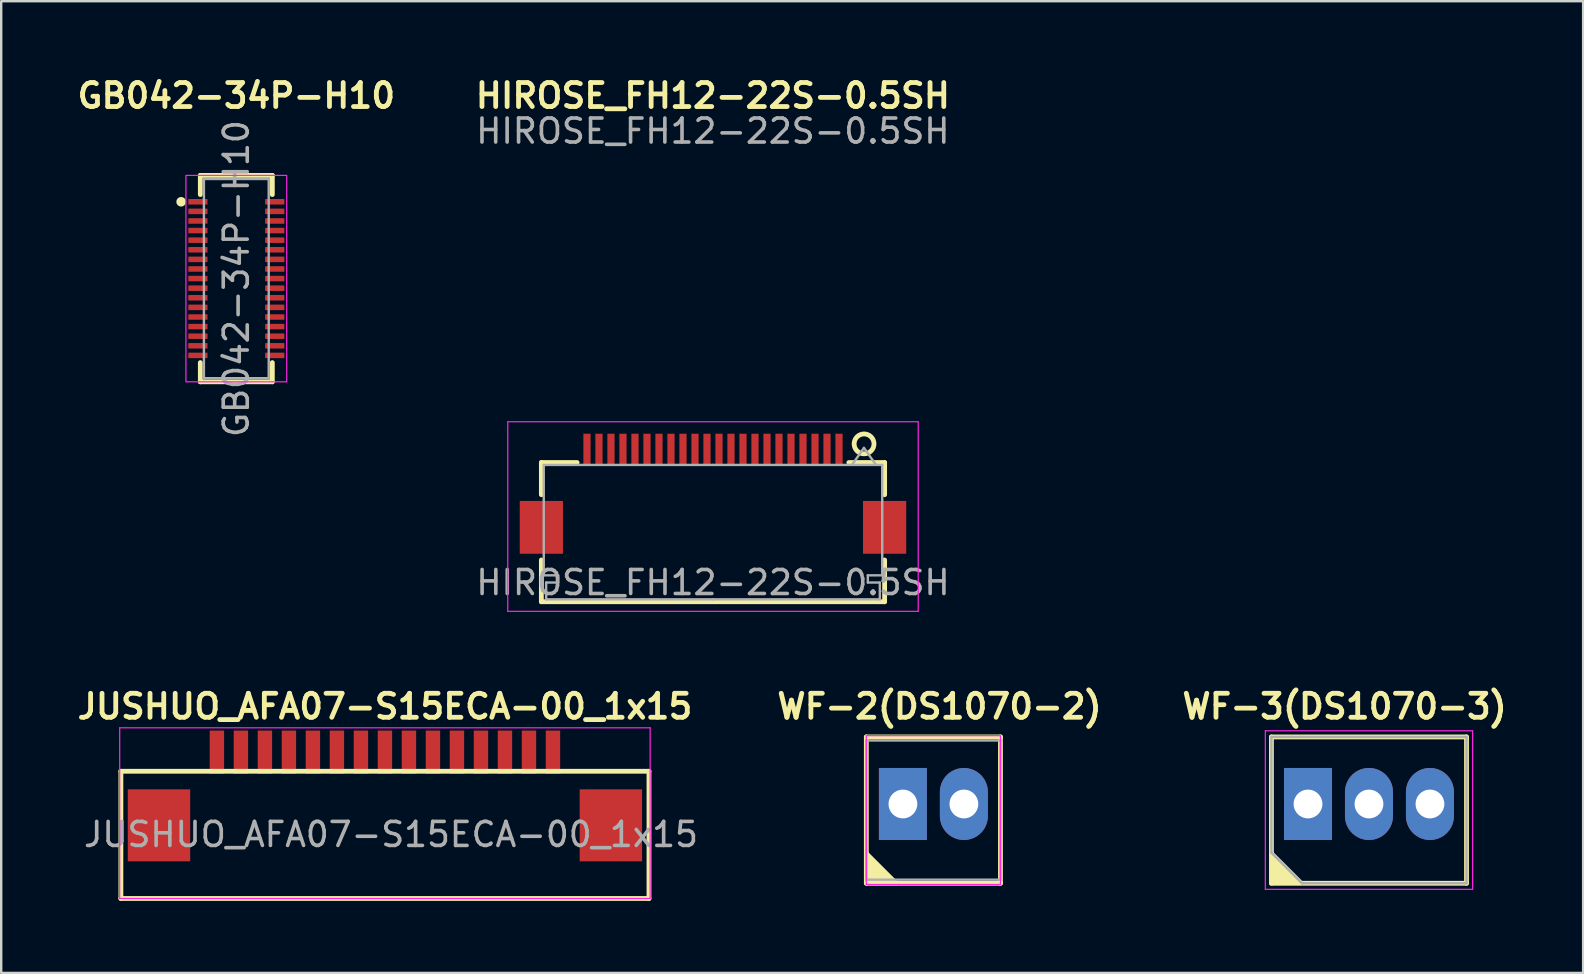
<source format=kicad_pcb>
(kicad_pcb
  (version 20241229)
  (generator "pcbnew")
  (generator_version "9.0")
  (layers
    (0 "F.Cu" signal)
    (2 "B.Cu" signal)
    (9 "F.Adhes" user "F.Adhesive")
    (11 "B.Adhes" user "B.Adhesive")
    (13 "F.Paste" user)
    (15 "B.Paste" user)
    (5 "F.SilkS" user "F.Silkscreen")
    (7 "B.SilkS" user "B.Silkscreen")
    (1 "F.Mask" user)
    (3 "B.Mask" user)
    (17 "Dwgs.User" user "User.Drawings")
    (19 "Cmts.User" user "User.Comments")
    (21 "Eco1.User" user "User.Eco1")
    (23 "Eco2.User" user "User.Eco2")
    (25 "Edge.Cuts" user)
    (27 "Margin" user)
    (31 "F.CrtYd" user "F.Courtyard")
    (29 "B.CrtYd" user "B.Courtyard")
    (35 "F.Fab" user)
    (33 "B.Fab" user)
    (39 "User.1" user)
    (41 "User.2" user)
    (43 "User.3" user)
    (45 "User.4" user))
  (footprint "WF-2(DS1070-2)"
    (layer "F.Cu")
    (at 34.565 30.444)
    (property "Reference" "WF-2(DS1070-2)" (at 1.524 -4.064 0) (layer "F.SilkS") (effects (font (size 1 1) (thickness 0.2))))
    (attr through_hole)
    (fp_line (start -1.524 -2.794) (end 4.064 -2.794) (stroke (width 0.2) (type solid)) (layer "F.SilkS"))
    (fp_line (start -1.524 3.302) (end -1.524 -2.794) (stroke (width 0.2) (type solid)) (layer "F.SilkS"))
    (fp_line (start 4.064 -2.794) (end 4.064 3.302) (stroke (width 0.2) (type solid)) (layer "F.SilkS"))
    (fp_line (start 4.064 3.302) (end -1.524 3.302) (stroke (width 0.2) (type solid)) (layer "F.SilkS"))
    (fp_poly (pts (xy -1.524 2.032) (xy -0.254 3.302) (xy -1.524 3.302)) (stroke (width 0.15) (type solid)) (fill yes) (layer "F.SilkS"))
    (fp_line (start -1.524 -2.846) (end 4.064 -2.846) (stroke (width 0.05) (type solid)) (layer "F.CrtYd"))
    (fp_line (start -1.524 3.354) (end -1.524 -2.846) (stroke (width 0.05) (type solid)) (layer "F.CrtYd"))
    (fp_line (start 4.064 -2.846) (end 4.064 3.354) (stroke (width 0.05) (type solid)) (layer "F.CrtYd"))
    (fp_line (start 4.064 3.354) (end -1.524 3.354) (stroke (width 0.05) (type solid)) (layer "F.CrtYd"))
    (fp_line (start -1.524 -2.646) (end 4.064 -2.646) (stroke (width 0.1) (type solid)) (layer "F.Fab"))
    (fp_line (start -1.524 3.154) (end -1.524 -2.646) (stroke (width 0.1) (type solid)) (layer "F.Fab"))
    (fp_line (start 4.064 -2.646) (end 4.064 3.154) (stroke (width 0.1) (type solid)) (layer "F.Fab"))
    (fp_line (start 4.064 3.154) (end -1.524 3.154) (stroke (width 0.1) (type solid)) (layer "F.Fab"))
    (pad "1" thru_hole rect (at 0 0) (size 2 3) (drill 1.2) (layers "*.Cu" "*.Mask"))
    (pad "2" thru_hole oval (at 2.54 0) (size 2 3) (drill 1.2) (layers "*.Cu" "*.Mask")))
  (footprint "GB042-34P-H10"
    (layer "F.Cu")
    (at 6.795 8.556)
    (property "Reference" "GB042-34P-H10" (at 0 -7.62 0) (unlocked yes) (layer "F.SilkS") (effects (font (size 1 1) (thickness 0.2))))
    (attr smd)
    (fp_line (start -1.5 -4.3) (end 1.5 -4.3) (stroke (width 0.2) (type solid)) (layer "F.SilkS"))
    (fp_line (start -1.5 -3.5) (end -1.5 -4.3) (stroke (width 0.2) (type solid)) (layer "F.SilkS"))
    (fp_line (start -1.5 3.5) (end -1.5 4.3) (stroke (width 0.2) (type solid)) (layer "F.SilkS"))
    (fp_line (start -1.5 4.3) (end 1.5 4.3) (stroke (width 0.2) (type solid)) (layer "F.SilkS"))
    (fp_line (start 1.5 -4.3) (end 1.5 -3.5) (stroke (width 0.2) (type solid)) (layer "F.SilkS"))
    (fp_line (start 1.5 4.3) (end 1.5 3.5) (stroke (width 0.2) (type solid)) (layer "F.SilkS"))
    (fp_circle (center -2.3 -3.2) (end -2.2 -3.2) (stroke (width 0.2) (type solid)) (fill no) (layer "F.SilkS"))
    (fp_rect (start -2.1 -4.3) (end 2.1 4.3) (stroke (width 0.05) (type solid)) (fill no) (layer "F.CrtYd"))
    (fp_line (start -1.35 -4.15) (end 1.35 -4.15) (stroke (width 0.1) (type solid)) (layer "F.Fab"))
    (fp_line (start -1.35 4.15) (end -1.35 -4.15) (stroke (width 0.1) (type solid)) (layer "F.Fab"))
    (fp_line (start 1.35 -4.15) (end 1.35 4.15) (stroke (width 0.1) (type solid)) (layer "F.Fab"))
    (fp_line (start 1.35 4.15) (end -1.35 4.15) (stroke (width 0.1) (type solid)) (layer "F.Fab"))
    (fp_text user "${REFERENCE}" (at 0 0 90) (unlocked yes) (layer "F.Fab") (effects (font (size 1 1) (thickness 0.15))))
    (pad "1" smd roundrect (at -1.6 -3.2) (size 0.8 0.23) (layers "F.Cu" "F.Mask" "F.Paste") (roundrect_rratio 0.1))
    (pad "2" smd roundrect (at -1.6 -2.8) (size 0.8 0.23) (layers "F.Cu" "F.Mask" "F.Paste") (roundrect_rratio 0.1))
    (pad "3" smd roundrect (at -1.6 -2.4) (size 0.8 0.23) (layers "F.Cu" "F.Mask" "F.Paste") (roundrect_rratio 0.1))
    (pad "4" smd roundrect (at -1.6 -2) (size 0.8 0.23) (layers "F.Cu" "F.Mask" "F.Paste") (roundrect_rratio 0.1))
    (pad "5" smd roundrect (at -1.6 -1.6) (size 0.8 0.23) (layers "F.Cu" "F.Mask" "F.Paste") (roundrect_rratio 0.1))
    (pad "6" smd roundrect (at -1.6 -1.2) (size 0.8 0.23) (layers "F.Cu" "F.Mask" "F.Paste") (roundrect_rratio 0.1))
    (pad "7" smd roundrect (at -1.6 -0.8) (size 0.8 0.23) (layers "F.Cu" "F.Mask" "F.Paste") (roundrect_rratio 0.1))
    (pad "8" smd roundrect (at -1.6 -0.4) (size 0.8 0.23) (layers "F.Cu" "F.Mask" "F.Paste") (roundrect_rratio 0.1))
    (pad "9" smd roundrect (at -1.6 0) (size 0.8 0.23) (layers "F.Cu" "F.Mask" "F.Paste") (roundrect_rratio 0.1))
    (pad "10" smd roundrect (at -1.6 0.4) (size 0.8 0.23) (layers "F.Cu" "F.Mask" "F.Paste") (roundrect_rratio 0.1))
    (pad "11" smd roundrect (at -1.6 0.8) (size 0.8 0.23) (layers "F.Cu" "F.Mask" "F.Paste") (roundrect_rratio 0.1))
    (pad "12" smd roundrect (at -1.6 1.2) (size 0.8 0.23) (layers "F.Cu" "F.Mask" "F.Paste") (roundrect_rratio 0.1))
    (pad "13" smd roundrect (at -1.6 1.6) (size 0.8 0.23) (layers "F.Cu" "F.Mask" "F.Paste") (roundrect_rratio 0.1))
    (pad "14" smd roundrect (at -1.6 2) (size 0.8 0.23) (layers "F.Cu" "F.Mask" "F.Paste") (roundrect_rratio 0.1))
    (pad "15" smd roundrect (at -1.6 2.4) (size 0.8 0.23) (layers "F.Cu" "F.Mask" "F.Paste") (roundrect_rratio 0.1))
    (pad "16" smd roundrect (at -1.6 2.8) (size 0.8 0.23) (layers "F.Cu" "F.Mask" "F.Paste") (roundrect_rratio 0.1))
    (pad "17" smd roundrect (at -1.6 3.2) (size 0.8 0.23) (layers "F.Cu" "F.Mask" "F.Paste") (roundrect_rratio 0.1))
    (pad "18" smd roundrect (at 1.6 3.2) (size 0.8 0.23) (layers "F.Cu" "F.Mask" "F.Paste") (roundrect_rratio 0.1))
    (pad "19" smd roundrect (at 1.6 2.8) (size 0.8 0.23) (layers "F.Cu" "F.Mask" "F.Paste") (roundrect_rratio 0.1))
    (pad "20" smd roundrect (at 1.6 2.4) (size 0.8 0.23) (layers "F.Cu" "F.Mask" "F.Paste") (roundrect_rratio 0.1))
    (pad "21" smd roundrect (at 1.6 2) (size 0.8 0.23) (layers "F.Cu" "F.Mask" "F.Paste") (roundrect_rratio 0.1))
    (pad "22" smd roundrect (at 1.6 1.6) (size 0.8 0.23) (layers "F.Cu" "F.Mask" "F.Paste") (roundrect_rratio 0.1))
    (pad "23" smd roundrect (at 1.6 1.2) (size 0.8 0.23) (layers "F.Cu" "F.Mask" "F.Paste") (roundrect_rratio 0.1))
    (pad "24" smd roundrect (at 1.6 0.8) (size 0.8 0.23) (layers "F.Cu" "F.Mask" "F.Paste") (roundrect_rratio 0.1))
    (pad "25" smd roundrect (at 1.6 0.4) (size 0.8 0.23) (layers "F.Cu" "F.Mask" "F.Paste") (roundrect_rratio 0.1))
    (pad "26" smd roundrect (at 1.6 0) (size 0.8 0.23) (layers "F.Cu" "F.Mask" "F.Paste") (roundrect_rratio 0.1))
    (pad "27" smd roundrect (at 1.6 -0.4) (size 0.8 0.23) (layers "F.Cu" "F.Mask" "F.Paste") (roundrect_rratio 0.1))
    (pad "28" smd roundrect (at 1.6 -0.8) (size 0.8 0.23) (layers "F.Cu" "F.Mask" "F.Paste") (roundrect_rratio 0.1))
    (pad "29" smd roundrect (at 1.6 -1.2) (size 0.8 0.23) (layers "F.Cu" "F.Mask" "F.Paste") (roundrect_rratio 0.1))
    (pad "30" smd roundrect (at 1.6 -1.6) (size 0.8 0.23) (layers "F.Cu" "F.Mask" "F.Paste") (roundrect_rratio 0.1))
    (pad "31" smd roundrect (at 1.6 -2) (size 0.8 0.23) (layers "F.Cu" "F.Mask" "F.Paste") (roundrect_rratio 0.1))
    (pad "32" smd roundrect (at 1.6 -2.4) (size 0.8 0.23) (layers "F.Cu" "F.Mask" "F.Paste") (roundrect_rratio 0.1))
    (pad "33" smd roundrect (at 1.6 -2.8) (size 0.8 0.23) (layers "F.Cu" "F.Mask" "F.Paste") (roundrect_rratio 0.1))
    (pad "34" smd roundrect (at 1.6 -3.2) (size 0.8 0.23) (layers "F.Cu" "F.Mask" "F.Paste") (roundrect_rratio 0.1)))
  (footprint "WF-3(DS1070-3)"
    (layer "F.Cu")
    (at 51.441 30.444)
    (property "Reference" "WF-3(DS1070-3)" (at 1.524 -4.064 0) (layer "F.SilkS") (effects (font (size 1 1) (thickness 0.2))))
    (attr through_hole)
    (fp_line (start -1.524 3.302) (end -1.524 -2.794) (stroke (width 0.2) (type solid)) (layer "F.SilkS"))
    (fp_line (start -1.524 3.302) (end 6.604 3.302) (stroke (width 0.2) (type solid)) (layer "F.SilkS"))
    (fp_line (start 6.604 -2.794) (end -1.524 -2.794) (stroke (width 0.2) (type solid)) (layer "F.SilkS"))
    (fp_line (start 6.604 -2.794) (end 6.604 3.302) (stroke (width 0.2) (type solid)) (layer "F.SilkS"))
    (fp_poly (pts (xy -1.524 2.032) (xy -0.254 3.302) (xy -1.524 3.302)) (stroke (width 0.15) (type solid)) (fill yes) (layer "F.SilkS"))
    (fp_line (start -1.778 -3.048) (end 6.858 -3.048) (stroke (width 0.05) (type solid)) (layer "F.CrtYd"))
    (fp_line (start -1.778 3.556) (end -1.778 -3.048) (stroke (width 0.05) (type solid)) (layer "F.CrtYd"))
    (fp_line (start 6.858 -3.048) (end 6.858 3.556) (stroke (width 0.05) (type solid)) (layer "F.CrtYd"))
    (fp_line (start 6.858 3.556) (end -1.778 3.556) (stroke (width 0.05) (type solid)) (layer "F.CrtYd"))
    (fp_line (start -1.524 -2.794) (end 6.604 -2.794) (stroke (width 0.1) (type solid)) (layer "F.Fab"))
    (fp_line (start -1.524 2.032) (end -1.524 -2.794) (stroke (width 0.1) (type solid)) (layer "F.Fab"))
    (fp_line (start -0.254 3.302) (end -1.524 2.032) (stroke (width 0.1) (type solid)) (layer "F.Fab"))
    (fp_line (start 6.604 -2.794) (end 6.604 3.302) (stroke (width 0.1) (type solid)) (layer "F.Fab"))
    (fp_line (start 6.604 3.302) (end -0.254 3.302) (stroke (width 0.1) (type solid)) (layer "F.Fab"))
    (pad "1" thru_hole rect (at 0 0) (size 2 3) (drill 1.2) (layers "*.Cu" "*.Mask"))
    (pad "2" thru_hole oval (at 2.54 0) (size 2 3) (drill 1.2) (layers "*.Cu" "*.Mask"))
    (pad "3" thru_hole oval (at 5.08 0) (size 2 3) (drill 1.2) (layers "*.Cu" "*.Mask")))
  (footprint "JUSHUO_AFA07-S15ECA-00_1x15"
    (layer "F.Cu")
    (at 12.986 28.285)
    (property "Reference" "JUSHUO_AFA07-S15ECA-00_1x15" (at 0 -1.905 0) (unlocked yes) (layer "F.SilkS") (effects (font (size 1 1) (thickness 0.2))))
    (attr smd)
    (fp_line (start -11 0.796) (end 11 0.796) (stroke (width 0.2) (type solid)) (layer "F.SilkS"))
    (fp_line (start -11 6.096) (end -11 0.796) (stroke (width 0.2) (type solid)) (layer "F.SilkS"))
    (fp_line (start 11 0.796) (end 11 6.096) (stroke (width 0.2) (type solid)) (layer "F.SilkS"))
    (fp_line (start 11 6.096) (end -11 6.096) (stroke (width 0.2) (type solid)) (layer "F.SilkS"))
    (fp_line (start -11.049 -1.016) (end 11.049 -1.016) (stroke (width 0.05) (type solid)) (layer "F.CrtYd"))
    (fp_line (start -11.049 6.096) (end -11.049 -1.016) (stroke (width 0.05) (type solid)) (layer "F.CrtYd"))
    (fp_line (start 11.049 -1.016) (end 11.049 6.096) (stroke (width 0.05) (type solid)) (layer "F.CrtYd"))
    (fp_line (start 11.049 6.096) (end -11.049 6.096) (stroke (width 0.05) (type solid)) (layer "F.CrtYd"))
    (fp_text user "${REFERENCE}" (at 0.254 3.429 0) (unlocked yes) (layer "F.Fab") (effects (font (size 1 1) (thickness 0.15))))
    (pad "" smd rect (at -9.413 3.048 270) (size 3 2.6) (layers "F.Cu" "F.Mask" "F.Paste"))
    (pad "" smd rect (at 9.413 3.048 270) (size 3 2.6) (layers "F.Cu" "F.Mask" "F.Paste"))
    (pad "1" smd rect (at 7 0 270) (size 1.8 0.6) (layers "F.Cu" "F.Mask" "F.Paste"))
    (pad "2" smd rect (at 6 0 270) (size 1.8 0.6) (layers "F.Cu" "F.Mask" "F.Paste"))
    (pad "3" smd rect (at 5 0 270) (size 1.8 0.6) (layers "F.Cu" "F.Mask" "F.Paste"))
    (pad "4" smd rect (at 4 0 270) (size 1.8 0.6) (layers "F.Cu" "F.Mask" "F.Paste"))
    (pad "5" smd rect (at 3 0 270) (size 1.8 0.6) (layers "F.Cu" "F.Mask" "F.Paste"))
    (pad "6" smd rect (at 2 0 270) (size 1.8 0.6) (layers "F.Cu" "F.Mask" "F.Paste"))
    (pad "7" smd rect (at 1 0 270) (size 1.8 0.6) (layers "F.Cu" "F.Mask" "F.Paste"))
    (pad "8" smd rect (at 0 0 270) (size 1.8 0.6) (layers "F.Cu" "F.Mask" "F.Paste"))
    (pad "9" smd rect (at -1 0 270) (size 1.8 0.6) (layers "F.Cu" "F.Mask" "F.Paste"))
    (pad "10" smd rect (at -2 0 270) (size 1.8 0.6) (layers "F.Cu" "F.Mask" "F.Paste"))
    (pad "11" smd rect (at -3 0 270) (size 1.8 0.6) (layers "F.Cu" "F.Mask" "F.Paste"))
    (pad "12" smd rect (at -4 0 270) (size 1.8 0.6) (layers "F.Cu" "F.Mask" "F.Paste"))
    (pad "13" smd rect (at -5 0 270) (size 1.8 0.6) (layers "F.Cu" "F.Mask" "F.Paste"))
    (pad "14" smd rect (at -6 0 270) (size 1.8 0.6) (layers "F.Cu" "F.Mask" "F.Paste"))
    (pad "15" smd rect (at -7 0 270) (size 1.8 0.6) (layers "F.Cu" "F.Mask" "F.Paste")))
  (footprint "HIROSE_FH12-22S-0.5SH"
    (layer "F.Cu")
    (at 26.648 18.922)
    (property "Reference" "HIROSE_FH12-22S-0.5SH" (at 0 -17.986 0) (unlocked yes) (layer "F.SilkS") (effects (font (size 1 1) (thickness 0.2))))
    (attr smd)
    (fp_line (start -7.145 -2.703) (end -7.145 -1.363) (stroke (width 0.2) (type solid)) (layer "F.SilkS"))
    (fp_line (start -7.145 1.357) (end -7.145 3.097) (stroke (width 0.2) (type solid)) (layer "F.SilkS"))
    (fp_line (start -7.145 3.097) (end 7.155 3.097) (stroke (width 0.2) (type solid)) (layer "F.SilkS"))
    (fp_line (start -5.655 -2.703) (end -7.145 -2.703) (stroke (width 0.2) (type solid)) (layer "F.SilkS"))
    (fp_line (start 5.665 -2.703) (end 7.155 -2.703) (stroke (width 0.2) (type solid)) (layer "F.SilkS"))
    (fp_line (start 7.155 -2.703) (end 7.155 -1.363) (stroke (width 0.2) (type solid)) (layer "F.SilkS"))
    (fp_line (start 7.155 3.097) (end 7.155 1.357) (stroke (width 0.2) (type solid)) (layer "F.SilkS"))
    (fp_circle (center 6.299 -3.48) (end 6.713 -3.48) (stroke (width 0.2) (type solid)) (fill no) (layer "F.SilkS"))
    (fp_line (start -8.545 -4.403) (end -8.545 3.497) (stroke (width 0.05) (type solid)) (layer "F.CrtYd"))
    (fp_line (start -8.545 3.497) (end 8.555 3.497) (stroke (width 0.05) (type solid)) (layer "F.CrtYd"))
    (fp_line (start 8.555 -4.403) (end -8.545 -4.403) (stroke (width 0.05) (type solid)) (layer "F.CrtYd"))
    (fp_line (start 8.555 3.497) (end 8.555 -4.403) (stroke (width 0.05) (type solid)) (layer "F.CrtYd"))
    (fp_line (start -7.045 -2.603) (end -7.045 1.997) (stroke (width 0.1) (type solid)) (layer "F.Fab"))
    (fp_line (start -7.045 1.997) (end -6.445 1.997) (stroke (width 0.1) (type solid)) (layer "F.Fab"))
    (fp_line (start -6.945 2.297) (end -6.945 2.997) (stroke (width 0.1) (type solid)) (layer "F.Fab"))
    (fp_line (start -6.945 2.997) (end 0.005 2.997) (stroke (width 0.1) (type solid)) (layer "F.Fab"))
    (fp_line (start -6.445 1.997) (end -6.445 2.297) (stroke (width 0.1) (type solid)) (layer "F.Fab"))
    (fp_line (start -6.445 2.297) (end -6.945 2.297) (stroke (width 0.1) (type solid)) (layer "F.Fab"))
    (fp_line (start 0.005 -2.603) (end -7.045 -2.603) (stroke (width 0.1) (type solid)) (layer "F.Fab"))
    (fp_line (start 0.005 -2.603) (end 7.055 -2.603) (stroke (width 0.1) (type solid)) (layer "F.Fab"))
    (fp_line (start 6.295 -3.313) (end 5.795 -2.606) (stroke (width 0.1) (type solid)) (layer "F.Fab"))
    (fp_line (start 6.455 1.997) (end 6.455 2.297) (stroke (width 0.1) (type solid)) (layer "F.Fab"))
    (fp_line (start 6.455 2.297) (end 6.955 2.297) (stroke (width 0.1) (type solid)) (layer "F.Fab"))
    (fp_line (start 6.795 -2.606) (end 6.295 -3.313) (stroke (width 0.1) (type solid)) (layer "F.Fab"))
    (fp_line (start 6.955 2.297) (end 6.955 2.997) (stroke (width 0.1) (type solid)) (layer "F.Fab"))
    (fp_line (start 6.955 2.997) (end 0.005 2.997) (stroke (width 0.1) (type solid)) (layer "F.Fab"))
    (fp_line (start 7.055 -2.603) (end 7.055 1.997) (stroke (width 0.1) (type solid)) (layer "F.Fab"))
    (fp_line (start 7.055 1.997) (end 6.455 1.997) (stroke (width 0.1) (type solid)) (layer "F.Fab"))
    (fp_text user "${REFERENCE}" (at 0.005 2.297 180) (layer "F.Fab") (effects (font (size 1 1) (thickness 0.15))))
    (fp_text user "${REFERENCE}" (at 0 -16.51 0) (unlocked yes) (layer "F.Fab") (effects (font (size 1 1) (thickness 0.15))))
    (pad "1" smd rect (at 5.255 -3.253) (size 0.3 1.3) (layers "F.Cu" "F.Mask" "F.Paste"))
    (pad "2" smd rect (at 4.755 -3.253) (size 0.3 1.3) (layers "F.Cu" "F.Mask" "F.Paste"))
    (pad "3" smd rect (at 4.255 -3.253) (size 0.3 1.3) (layers "F.Cu" "F.Mask" "F.Paste"))
    (pad "4" smd rect (at 3.755 -3.253) (size 0.3 1.3) (layers "F.Cu" "F.Mask" "F.Paste"))
    (pad "5" smd rect (at 3.255 -3.253) (size 0.3 1.3) (layers "F.Cu" "F.Mask" "F.Paste"))
    (pad "6" smd rect (at 2.755 -3.253) (size 0.3 1.3) (layers "F.Cu" "F.Mask" "F.Paste"))
    (pad "7" smd rect (at 2.255 -3.253) (size 0.3 1.3) (layers "F.Cu" "F.Mask" "F.Paste"))
    (pad "8" smd rect (at 1.755 -3.253) (size 0.3 1.3) (layers "F.Cu" "F.Mask" "F.Paste"))
    (pad "9" smd rect (at 1.255 -3.253) (size 0.3 1.3) (layers "F.Cu" "F.Mask" "F.Paste"))
    (pad "10" smd rect (at 0.755 -3.253) (size 0.3 1.3) (layers "F.Cu" "F.Mask" "F.Paste"))
    (pad "11" smd rect (at 0.255 -3.253) (size 0.3 1.3) (layers "F.Cu" "F.Mask" "F.Paste"))
    (pad "12" smd rect (at -0.245 -3.253) (size 0.3 1.3) (layers "F.Cu" "F.Mask" "F.Paste"))
    (pad "13" smd rect (at -0.745 -3.253) (size 0.3 1.3) (layers "F.Cu" "F.Mask" "F.Paste"))
    (pad "14" smd rect (at -1.245 -3.253) (size 0.3 1.3) (layers "F.Cu" "F.Mask" "F.Paste"))
    (pad "15" smd rect (at -1.745 -3.253) (size 0.3 1.3) (layers "F.Cu" "F.Mask" "F.Paste"))
    (pad "16" smd rect (at -2.245 -3.253) (size 0.3 1.3) (layers "F.Cu" "F.Mask" "F.Paste"))
    (pad "17" smd rect (at -2.745 -3.253) (size 0.3 1.3) (layers "F.Cu" "F.Mask" "F.Paste"))
    (pad "18" smd rect (at -3.245 -3.253) (size 0.3 1.3) (layers "F.Cu" "F.Mask" "F.Paste"))
    (pad "19" smd rect (at -3.745 -3.253) (size 0.3 1.3) (layers "F.Cu" "F.Mask" "F.Paste"))
    (pad "20" smd rect (at -4.245 -3.253) (size 0.3 1.3) (layers "F.Cu" "F.Mask" "F.Paste"))
    (pad "21" smd rect (at -4.745 -3.253) (size 0.3 1.3) (layers "F.Cu" "F.Mask" "F.Paste"))
    (pad "22" smd rect (at -5.245 -3.253) (size 0.3 1.3) (layers "F.Cu" "F.Mask" "F.Paste"))
    (pad "MP" smd rect (at -7.145 -0.003) (size 1.8 2.2) (layers "F.Cu" "F.Mask" "F.Paste"))
    (pad "MP" smd rect (at 7.155 -0.003) (size 1.8 2.2) (layers "F.Cu" "F.Mask" "F.Paste")))
  (gr_rect
    (start -3 -3)
    (end 62.903 37.481)
    (stroke (width 0.1) (type default))
    (fill no)
    (layer "Edge.Cuts")))
</source>
